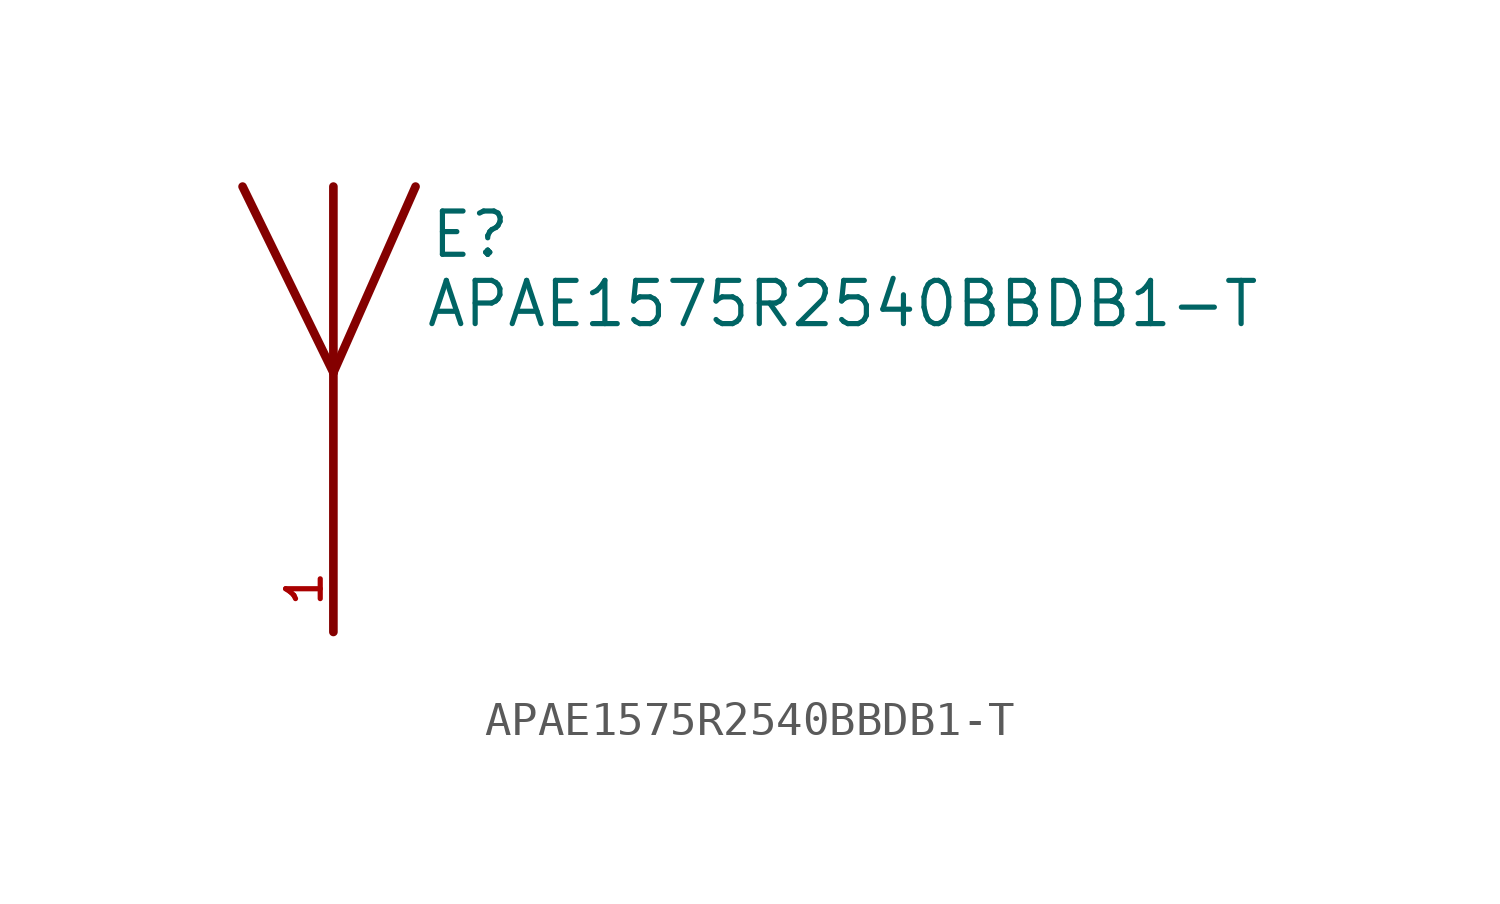
<source format=kicad_sym>
(kicad_symbol_lib
  (version 20211014)
  (generator kicad_symbol_editor)
  (symbol "APAE1575R2540BBDB1-T"
    (pin_names
      (offset 1.016))
    (property "Reference" "E"
      (at 2.8 5.85 0)
      (effects (font (size 1.27 1.27)) (justify bottom left)))
    (property "Value" "APAE1575R2540BBDB1-T"
      (at 2.673 3.813 0)
      (effects (font (size 1.27 1.27)) (justify bottom left)))
    (symbol "APAE1575R2540BBDB1-T_0_0"
      (polyline (pts (xy 2.413 8.001) (xy 0.0 2.54)) (stroke (width 0.254)))
      (polyline (pts (xy 0.0 2.54) (xy -2.667 8.001)) (stroke (width 0.254)))
      (polyline (pts (xy 0.0 8.001) (xy 0.0 2.54)) (stroke (width 0.254)))
      (polyline (pts (xy 0.0 2.54) (xy 0.0 -5.08)) (stroke (width 0.254)))
      (pin input line (at 0.0 -5.08 90.0) (length 2.54) (name "~" (effects (font (size 1.016 1.016)))) (number "1" (effects (font (size 1.016 1.016))))))))
</source>
